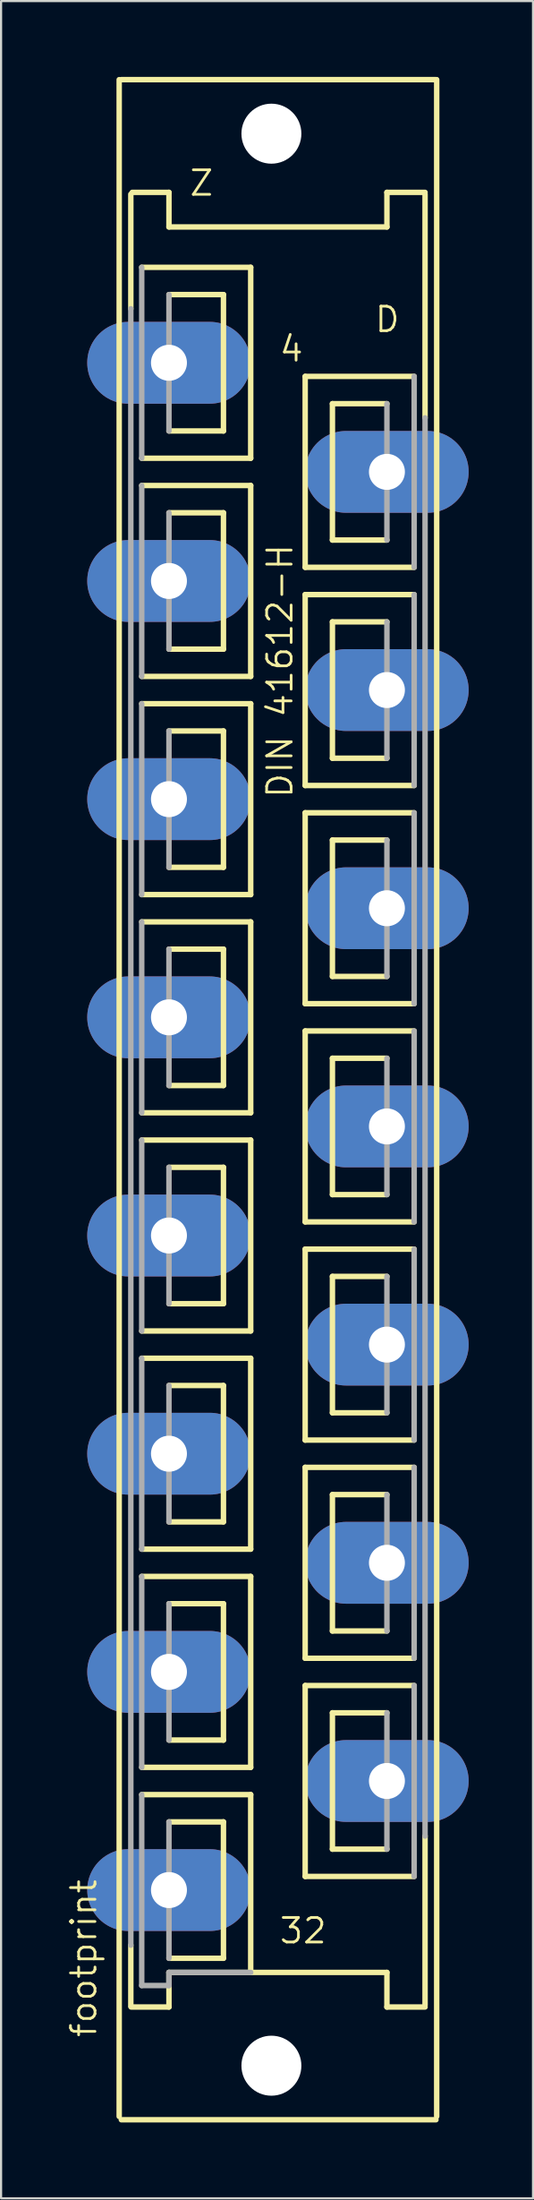
<source format=kicad_pcb>
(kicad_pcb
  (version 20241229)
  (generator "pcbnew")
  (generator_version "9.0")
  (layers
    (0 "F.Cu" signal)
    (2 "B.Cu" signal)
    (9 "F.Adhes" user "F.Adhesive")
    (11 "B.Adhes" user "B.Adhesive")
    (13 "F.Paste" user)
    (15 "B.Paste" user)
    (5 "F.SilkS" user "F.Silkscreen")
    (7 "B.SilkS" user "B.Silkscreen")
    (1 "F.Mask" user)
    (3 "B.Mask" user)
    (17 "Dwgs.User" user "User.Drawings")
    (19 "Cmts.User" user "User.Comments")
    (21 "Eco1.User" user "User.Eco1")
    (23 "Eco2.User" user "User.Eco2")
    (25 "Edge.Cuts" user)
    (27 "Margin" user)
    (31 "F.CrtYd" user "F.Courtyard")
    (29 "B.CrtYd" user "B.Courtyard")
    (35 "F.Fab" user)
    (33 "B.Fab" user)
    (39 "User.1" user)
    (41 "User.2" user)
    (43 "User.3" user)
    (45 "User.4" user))
  (footprint "footprint"
    (layer "F.Cu")
    (at 9.906 48.158)
    (property "Reference" "footprint" (at -8.382 43.739 90) (layer "F.SilkS") (effects (font (size 1.143 1.143) (thickness 0.127)) (justify left bottom)))
    (fp_line (start -7.4 47.346) (end -7.4 -47.498) (stroke (width 0.254) (type solid)) (layer "F.SilkS"))
    (fp_line (start -7.3 -47.5) (end 7.366 -47.5) (stroke (width 0.254) (type solid)) (layer "F.SilkS"))
    (fp_line (start -7.3 47.5) (end 7.366 47.5) (stroke (width 0.254) (type solid)) (layer "F.SilkS"))
    (fp_line (start -6.858 -42.164) (end -6.858 -36.83) (stroke (width 0.254) (type solid)) (layer "F.SilkS"))
    (fp_line (start -6.858 39.37) (end -6.858 42.215) (stroke (width 0.254) (type solid)) (layer "F.SilkS"))
    (fp_line (start -6.843 42.25) (end -5.08 42.25) (stroke (width 0.254) (type solid)) (layer "F.SilkS"))
    (fp_line (start -6.792 -42.25) (end -5.08 -42.25) (stroke (width 0.254) (type solid)) (layer "F.SilkS"))
    (fp_line (start -6.35 -38.76) (end -1.27 -38.76) (stroke (width 0.254) (type solid)) (layer "F.SilkS"))
    (fp_line (start -6.35 -28.6) (end -1.27 -28.6) (stroke (width 0.254) (type solid)) (layer "F.SilkS"))
    (fp_line (start -6.35 -18.44) (end -1.27 -18.44) (stroke (width 0.254) (type solid)) (layer "F.SilkS"))
    (fp_line (start -6.35 -8.28) (end -1.27 -8.28) (stroke (width 0.254) (type solid)) (layer "F.SilkS"))
    (fp_line (start -6.35 1.88) (end -1.27 1.88) (stroke (width 0.254) (type solid)) (layer "F.SilkS"))
    (fp_line (start -6.35 12.04) (end -1.27 12.04) (stroke (width 0.254) (type solid)) (layer "F.SilkS"))
    (fp_line (start -6.35 22.2) (end -1.27 22.2) (stroke (width 0.254) (type solid)) (layer "F.SilkS"))
    (fp_line (start -6.35 32.36) (end -1.27 32.36) (stroke (width 0.254) (type solid)) (layer "F.SilkS"))
    (fp_line (start -5.08 -42.25) (end -5.08 -40.64) (stroke (width 0.254) (type solid)) (layer "F.SilkS"))
    (fp_line (start -5.08 -40.64) (end 5.08 -40.64) (stroke (width 0.254) (type solid)) (layer "F.SilkS"))
    (fp_line (start -5.08 -31.14) (end -2.54 -31.14) (stroke (width 0.254) (type solid)) (layer "F.SilkS"))
    (fp_line (start -5.08 -20.98) (end -2.54 -20.98) (stroke (width 0.254) (type solid)) (layer "F.SilkS"))
    (fp_line (start -5.08 -10.82) (end -2.54 -10.82) (stroke (width 0.254) (type solid)) (layer "F.SilkS"))
    (fp_line (start -5.08 -0.66) (end -2.54 -0.66) (stroke (width 0.254) (type solid)) (layer "F.SilkS"))
    (fp_line (start -5.08 9.5) (end -2.54 9.5) (stroke (width 0.254) (type solid)) (layer "F.SilkS"))
    (fp_line (start -5.08 19.66) (end -2.54 19.66) (stroke (width 0.254) (type solid)) (layer "F.SilkS"))
    (fp_line (start -5.08 29.82) (end -2.54 29.82) (stroke (width 0.254) (type solid)) (layer "F.SilkS"))
    (fp_line (start -5.08 39.98) (end -2.54 39.98) (stroke (width 0.254) (type solid)) (layer "F.SilkS"))
    (fp_line (start -5.08 40.64) (end -1.27 40.64) (stroke (width 0.254) (type solid)) (layer "F.SilkS"))
    (fp_line (start -5.08 42.25) (end -5.08 40.64) (stroke (width 0.254) (type solid)) (layer "F.SilkS"))
    (fp_line (start -2.54 -37.49) (end -5.08 -37.49) (stroke (width 0.254) (type solid)) (layer "F.SilkS"))
    (fp_line (start -2.54 -31.14) (end -2.54 -37.49) (stroke (width 0.254) (type solid)) (layer "F.SilkS"))
    (fp_line (start -2.54 -27.33) (end -5.08 -27.33) (stroke (width 0.254) (type solid)) (layer "F.SilkS"))
    (fp_line (start -2.54 -20.98) (end -2.54 -27.33) (stroke (width 0.254) (type solid)) (layer "F.SilkS"))
    (fp_line (start -2.54 -17.17) (end -5.08 -17.17) (stroke (width 0.254) (type solid)) (layer "F.SilkS"))
    (fp_line (start -2.54 -10.82) (end -2.54 -17.17) (stroke (width 0.254) (type solid)) (layer "F.SilkS"))
    (fp_line (start -2.54 -7.01) (end -5.08 -7.01) (stroke (width 0.254) (type solid)) (layer "F.SilkS"))
    (fp_line (start -2.54 -0.66) (end -2.54 -7.01) (stroke (width 0.254) (type solid)) (layer "F.SilkS"))
    (fp_line (start -2.54 3.15) (end -5.08 3.15) (stroke (width 0.254) (type solid)) (layer "F.SilkS"))
    (fp_line (start -2.54 9.5) (end -2.54 3.15) (stroke (width 0.254) (type solid)) (layer "F.SilkS"))
    (fp_line (start -2.54 13.31) (end -5.08 13.31) (stroke (width 0.254) (type solid)) (layer "F.SilkS"))
    (fp_line (start -2.54 19.66) (end -2.54 13.31) (stroke (width 0.254) (type solid)) (layer "F.SilkS"))
    (fp_line (start -2.54 23.47) (end -5.08 23.47) (stroke (width 0.254) (type solid)) (layer "F.SilkS"))
    (fp_line (start -2.54 29.82) (end -2.54 23.47) (stroke (width 0.254) (type solid)) (layer "F.SilkS"))
    (fp_line (start -2.54 33.63) (end -5.08 33.63) (stroke (width 0.254) (type solid)) (layer "F.SilkS"))
    (fp_line (start -2.54 39.98) (end -2.54 33.63) (stroke (width 0.254) (type solid)) (layer "F.SilkS"))
    (fp_line (start -1.27 -38.76) (end -1.27 -29.87) (stroke (width 0.254) (type solid)) (layer "F.SilkS"))
    (fp_line (start -1.27 -29.87) (end -6.35 -29.87) (stroke (width 0.254) (type solid)) (layer "F.SilkS"))
    (fp_line (start -1.27 -28.6) (end -1.27 -19.71) (stroke (width 0.254) (type solid)) (layer "F.SilkS"))
    (fp_line (start -1.27 -19.71) (end -6.35 -19.71) (stroke (width 0.254) (type solid)) (layer "F.SilkS"))
    (fp_line (start -1.27 -18.44) (end -1.27 -9.55) (stroke (width 0.254) (type solid)) (layer "F.SilkS"))
    (fp_line (start -1.27 -9.55) (end -6.35 -9.55) (stroke (width 0.254) (type solid)) (layer "F.SilkS"))
    (fp_line (start -1.27 -8.28) (end -1.27 0.61) (stroke (width 0.254) (type solid)) (layer "F.SilkS"))
    (fp_line (start -1.27 0.61) (end -6.35 0.61) (stroke (width 0.254) (type solid)) (layer "F.SilkS"))
    (fp_line (start -1.27 1.88) (end -1.27 10.77) (stroke (width 0.254) (type solid)) (layer "F.SilkS"))
    (fp_line (start -1.27 10.77) (end -6.35 10.77) (stroke (width 0.254) (type solid)) (layer "F.SilkS"))
    (fp_line (start -1.27 12.04) (end -1.27 20.93) (stroke (width 0.254) (type solid)) (layer "F.SilkS"))
    (fp_line (start -1.27 20.93) (end -6.35 20.93) (stroke (width 0.254) (type solid)) (layer "F.SilkS"))
    (fp_line (start -1.27 22.2) (end -1.27 31.09) (stroke (width 0.254) (type solid)) (layer "F.SilkS"))
    (fp_line (start -1.27 31.09) (end -6.35 31.09) (stroke (width 0.254) (type solid)) (layer "F.SilkS"))
    (fp_line (start -1.27 32.36) (end -1.27 40.64) (stroke (width 0.254) (type solid)) (layer "F.SilkS"))
    (fp_line (start -1.27 40.64) (end 5.08 40.64) (stroke (width 0.254) (type solid)) (layer "F.SilkS"))
    (fp_line (start 1.27 -33.68) (end 1.27 -24.79) (stroke (width 0.254) (type solid)) (layer "F.SilkS"))
    (fp_line (start 1.27 -24.79) (end 6.35 -24.79) (stroke (width 0.254) (type solid)) (layer "F.SilkS"))
    (fp_line (start 1.27 -23.52) (end 1.27 -14.63) (stroke (width 0.254) (type solid)) (layer "F.SilkS"))
    (fp_line (start 1.27 -14.63) (end 6.35 -14.63) (stroke (width 0.254) (type solid)) (layer "F.SilkS"))
    (fp_line (start 1.27 -13.36) (end 1.27 -4.47) (stroke (width 0.254) (type solid)) (layer "F.SilkS"))
    (fp_line (start 1.27 -4.47) (end 6.35 -4.47) (stroke (width 0.254) (type solid)) (layer "F.SilkS"))
    (fp_line (start 1.27 -3.2) (end 1.27 5.69) (stroke (width 0.254) (type solid)) (layer "F.SilkS"))
    (fp_line (start 1.27 5.69) (end 6.35 5.69) (stroke (width 0.254) (type solid)) (layer "F.SilkS"))
    (fp_line (start 1.27 6.96) (end 1.27 15.85) (stroke (width 0.254) (type solid)) (layer "F.SilkS"))
    (fp_line (start 1.27 15.85) (end 6.35 15.85) (stroke (width 0.254) (type solid)) (layer "F.SilkS"))
    (fp_line (start 1.27 17.12) (end 1.27 26.01) (stroke (width 0.254) (type solid)) (layer "F.SilkS"))
    (fp_line (start 1.27 26.01) (end 6.35 26.01) (stroke (width 0.254) (type solid)) (layer "F.SilkS"))
    (fp_line (start 1.27 27.28) (end 1.27 36.17) (stroke (width 0.254) (type solid)) (layer "F.SilkS"))
    (fp_line (start 1.27 36.17) (end 6.35 36.17) (stroke (width 0.254) (type solid)) (layer "F.SilkS"))
    (fp_line (start 2.54 -32.41) (end 5.08 -32.41) (stroke (width 0.254) (type solid)) (layer "F.SilkS"))
    (fp_line (start 2.54 -26.06) (end 2.54 -32.41) (stroke (width 0.254) (type solid)) (layer "F.SilkS"))
    (fp_line (start 2.54 -22.25) (end 5.08 -22.25) (stroke (width 0.254) (type solid)) (layer "F.SilkS"))
    (fp_line (start 2.54 -15.9) (end 2.54 -22.25) (stroke (width 0.254) (type solid)) (layer "F.SilkS"))
    (fp_line (start 2.54 -12.09) (end 5.08 -12.09) (stroke (width 0.254) (type solid)) (layer "F.SilkS"))
    (fp_line (start 2.54 -5.74) (end 2.54 -12.09) (stroke (width 0.254) (type solid)) (layer "F.SilkS"))
    (fp_line (start 2.54 -1.93) (end 5.08 -1.93) (stroke (width 0.254) (type solid)) (layer "F.SilkS"))
    (fp_line (start 2.54 4.42) (end 2.54 -1.93) (stroke (width 0.254) (type solid)) (layer "F.SilkS"))
    (fp_line (start 2.54 8.23) (end 5.08 8.23) (stroke (width 0.254) (type solid)) (layer "F.SilkS"))
    (fp_line (start 2.54 14.58) (end 2.54 8.23) (stroke (width 0.254) (type solid)) (layer "F.SilkS"))
    (fp_line (start 2.54 18.39) (end 5.08 18.39) (stroke (width 0.254) (type solid)) (layer "F.SilkS"))
    (fp_line (start 2.54 24.74) (end 2.54 18.39) (stroke (width 0.254) (type solid)) (layer "F.SilkS"))
    (fp_line (start 2.54 28.55) (end 5.08 28.55) (stroke (width 0.254) (type solid)) (layer "F.SilkS"))
    (fp_line (start 2.54 34.9) (end 2.54 28.55) (stroke (width 0.254) (type solid)) (layer "F.SilkS"))
    (fp_line (start 5.08 -42.25) (end 6.858 -42.25) (stroke (width 0.254) (type solid)) (layer "F.SilkS"))
    (fp_line (start 5.08 -40.64) (end 5.08 -42.25) (stroke (width 0.254) (type solid)) (layer "F.SilkS"))
    (fp_line (start 5.08 -26.06) (end 2.54 -26.06) (stroke (width 0.254) (type solid)) (layer "F.SilkS"))
    (fp_line (start 5.08 -15.9) (end 2.54 -15.9) (stroke (width 0.254) (type solid)) (layer "F.SilkS"))
    (fp_line (start 5.08 -5.74) (end 2.54 -5.74) (stroke (width 0.254) (type solid)) (layer "F.SilkS"))
    (fp_line (start 5.08 4.42) (end 2.54 4.42) (stroke (width 0.254) (type solid)) (layer "F.SilkS"))
    (fp_line (start 5.08 14.58) (end 2.54 14.58) (stroke (width 0.254) (type solid)) (layer "F.SilkS"))
    (fp_line (start 5.08 24.74) (end 2.54 24.74) (stroke (width 0.254) (type solid)) (layer "F.SilkS"))
    (fp_line (start 5.08 34.9) (end 2.54 34.9) (stroke (width 0.254) (type solid)) (layer "F.SilkS"))
    (fp_line (start 5.08 40.64) (end 5.08 42.25) (stroke (width 0.254) (type solid)) (layer "F.SilkS"))
    (fp_line (start 5.08 42.25) (end 6.858 42.25) (stroke (width 0.254) (type solid)) (layer "F.SilkS"))
    (fp_line (start 6.35 -33.68) (end 1.27 -33.68) (stroke (width 0.254) (type solid)) (layer "F.SilkS"))
    (fp_line (start 6.35 -23.52) (end 1.27 -23.52) (stroke (width 0.254) (type solid)) (layer "F.SilkS"))
    (fp_line (start 6.35 -13.36) (end 1.27 -13.36) (stroke (width 0.254) (type solid)) (layer "F.SilkS"))
    (fp_line (start 6.35 -3.2) (end 1.27 -3.2) (stroke (width 0.254) (type solid)) (layer "F.SilkS"))
    (fp_line (start 6.35 6.96) (end 1.27 6.96) (stroke (width 0.254) (type solid)) (layer "F.SilkS"))
    (fp_line (start 6.35 17.12) (end 1.27 17.12) (stroke (width 0.254) (type solid)) (layer "F.SilkS"))
    (fp_line (start 6.35 27.28) (end 1.27 27.28) (stroke (width 0.254) (type solid)) (layer "F.SilkS"))
    (fp_line (start 6.858 -42.164) (end 6.858 -31.75) (stroke (width 0.254) (type solid)) (layer "F.SilkS"))
    (fp_line (start 6.858 34.29) (end 6.858 42.164) (stroke (width 0.254) (type solid)) (layer "F.SilkS"))
    (fp_line (start 7.4 47.346) (end 7.4 -47.498) (stroke (width 0.254) (type solid)) (layer "F.SilkS"))
    (fp_line (start -6.858 -36.83) (end -6.858 39.37) (stroke (width 0.254) (type solid)) (layer "F.Fab"))
    (fp_line (start -6.35 -29.87) (end -6.35 -38.76) (stroke (width 0.254) (type solid)) (layer "F.Fab"))
    (fp_line (start -6.35 -19.71) (end -6.35 -28.6) (stroke (width 0.254) (type solid)) (layer "F.Fab"))
    (fp_line (start -6.35 -9.55) (end -6.35 -18.44) (stroke (width 0.254) (type solid)) (layer "F.Fab"))
    (fp_line (start -6.35 0.61) (end -6.35 -8.28) (stroke (width 0.254) (type solid)) (layer "F.Fab"))
    (fp_line (start -6.35 10.77) (end -6.35 1.88) (stroke (width 0.254) (type solid)) (layer "F.Fab"))
    (fp_line (start -6.35 20.93) (end -6.35 12.04) (stroke (width 0.254) (type solid)) (layer "F.Fab"))
    (fp_line (start -6.35 31.09) (end -6.35 22.2) (stroke (width 0.254) (type solid)) (layer "F.Fab"))
    (fp_line (start -6.35 41.25) (end -6.35 32.36) (stroke (width 0.254) (type solid)) (layer "F.Fab"))
    (fp_line (start -5.08 -37.49) (end -5.08 -31.14) (stroke (width 0.254) (type solid)) (layer "F.Fab"))
    (fp_line (start -5.08 -27.33) (end -5.08 -20.98) (stroke (width 0.254) (type solid)) (layer "F.Fab"))
    (fp_line (start -5.08 -17.17) (end -5.08 -10.82) (stroke (width 0.254) (type solid)) (layer "F.Fab"))
    (fp_line (start -5.08 -7.01) (end -5.08 -0.66) (stroke (width 0.254) (type solid)) (layer "F.Fab"))
    (fp_line (start -5.08 3.15) (end -5.08 9.5) (stroke (width 0.254) (type solid)) (layer "F.Fab"))
    (fp_line (start -5.08 13.31) (end -5.08 19.66) (stroke (width 0.254) (type solid)) (layer "F.Fab"))
    (fp_line (start -5.08 23.47) (end -5.08 29.82) (stroke (width 0.254) (type solid)) (layer "F.Fab"))
    (fp_line (start -5.08 33.63) (end -5.08 39.98) (stroke (width 0.254) (type solid)) (layer "F.Fab"))
    (fp_line (start -5.08 40.64) (end -5.08 41.25) (stroke (width 0.254) (type solid)) (layer "F.Fab"))
    (fp_line (start -5.08 41.25) (end -6.35 41.25) (stroke (width 0.254) (type solid)) (layer "F.Fab"))
    (fp_line (start -1.27 40.64) (end -5.08 40.64) (stroke (width 0.254) (type solid)) (layer "F.Fab"))
    (fp_line (start 5.08 -32.41) (end 5.08 -26.06) (stroke (width 0.254) (type solid)) (layer "F.Fab"))
    (fp_line (start 5.08 -22.25) (end 5.08 -15.9) (stroke (width 0.254) (type solid)) (layer "F.Fab"))
    (fp_line (start 5.08 -12.09) (end 5.08 -5.74) (stroke (width 0.254) (type solid)) (layer "F.Fab"))
    (fp_line (start 5.08 -1.93) (end 5.08 4.42) (stroke (width 0.254) (type solid)) (layer "F.Fab"))
    (fp_line (start 5.08 8.23) (end 5.08 14.58) (stroke (width 0.254) (type solid)) (layer "F.Fab"))
    (fp_line (start 5.08 18.39) (end 5.08 24.74) (stroke (width 0.254) (type solid)) (layer "F.Fab"))
    (fp_line (start 5.08 28.55) (end 5.08 34.9) (stroke (width 0.254) (type solid)) (layer "F.Fab"))
    (fp_line (start 6.35 -24.79) (end 6.35 -33.68) (stroke (width 0.254) (type solid)) (layer "F.Fab"))
    (fp_line (start 6.35 -14.63) (end 6.35 -23.52) (stroke (width 0.254) (type solid)) (layer "F.Fab"))
    (fp_line (start 6.35 -4.47) (end 6.35 -13.36) (stroke (width 0.254) (type solid)) (layer "F.Fab"))
    (fp_line (start 6.35 5.69) (end 6.35 -3.2) (stroke (width 0.254) (type solid)) (layer "F.Fab"))
    (fp_line (start 6.35 15.85) (end 6.35 6.96) (stroke (width 0.254) (type solid)) (layer "F.Fab"))
    (fp_line (start 6.35 26.01) (end 6.35 17.12) (stroke (width 0.254) (type solid)) (layer "F.Fab"))
    (fp_line (start 6.35 36.17) (end 6.35 27.28) (stroke (width 0.254) (type solid)) (layer "F.Fab"))
    (fp_line (start 6.858 -31.75) (end 6.858 34.29) (stroke (width 0.254) (type solid)) (layer "F.Fab"))
    (fp_text user "DIN 41612-H" (at 0.762 -13.97 90) (layer "F.SilkS") (effects (font (size 1.143 1.143) (thickness 0.127)) (justify left bottom)))
    (fp_text user "4" (at 0 -34.29 0) (layer "F.SilkS") (effects (font (size 1.143 1.143) (thickness 0.127)) (justify left bottom)))
    (fp_text user "Z" (at -4.191 -42.012 0) (layer "F.SilkS") (effects (font (size 1.143 1.143) (thickness 0.127)) (justify left bottom)))
    (fp_text user "32" (at 0 39.37 0) (layer "F.SilkS") (effects (font (size 1.143 1.143) (thickness 0.127)) (justify left bottom)))
    (fp_text user "D" (at 4.445 -35.662 0) (layer "F.SilkS") (effects (font (size 1.143 1.143) (thickness 0.127)) (justify left bottom)))
    (pad "" np_thru_hole circle (at -0.305 -44.983) (size 2.794 2.794) (drill 2.794) (layers "*.Cu" "*.Mask"))
    (pad "" np_thru_hole circle (at -0.305 44.983) (size 2.794 2.794) (drill 2.794) (layers "*.Cu" "*.Mask"))
    (pad "4" thru_hole oval (at -5.08 -34.315) (size 7.62 3.81) (drill 1.676) (layers "*.Cu" "*.Mask"))
    (pad "6" thru_hole oval (at 5.08 -29.235) (size 7.62 3.81) (drill 1.676) (layers "*.Cu" "*.Mask"))
    (pad "8" thru_hole oval (at -5.08 -24.155) (size 7.62 3.81) (drill 1.676) (layers "*.Cu" "*.Mask"))
    (pad "10" thru_hole oval (at 5.08 -19.075) (size 7.62 3.81) (drill 1.676) (layers "*.Cu" "*.Mask"))
    (pad "12" thru_hole oval (at -5.08 -13.995) (size 7.62 3.81) (drill 1.676) (layers "*.Cu" "*.Mask"))
    (pad "14" thru_hole oval (at 5.08 -8.915) (size 7.62 3.81) (drill 1.676) (layers "*.Cu" "*.Mask"))
    (pad "16" thru_hole oval (at -5.08 -3.835) (size 7.62 3.81) (drill 1.676) (layers "*.Cu" "*.Mask"))
    (pad "18" thru_hole oval (at 5.08 1.245) (size 7.62 3.81) (drill 1.676) (layers "*.Cu" "*.Mask"))
    (pad "20" thru_hole oval (at -5.08 6.325) (size 7.62 3.81) (drill 1.676) (layers "*.Cu" "*.Mask"))
    (pad "22" thru_hole oval (at 5.08 11.405) (size 7.62 3.81) (drill 1.676) (layers "*.Cu" "*.Mask"))
    (pad "24" thru_hole oval (at -5.08 16.485) (size 7.62 3.81) (drill 1.676) (layers "*.Cu" "*.Mask"))
    (pad "26" thru_hole oval (at 5.08 21.565) (size 7.62 3.81) (drill 1.676) (layers "*.Cu" "*.Mask"))
    (pad "28" thru_hole oval (at -5.08 26.645) (size 7.62 3.81) (drill 1.676) (layers "*.Cu" "*.Mask"))
    (pad "30" thru_hole oval (at 5.08 31.725) (size 7.62 3.81) (drill 1.676) (layers "*.Cu" "*.Mask"))
    (pad "32" thru_hole oval (at -5.08 36.805) (size 7.62 3.81) (drill 1.676) (layers "*.Cu" "*.Mask"))
    (zone (net_name "") (layers "F.Cu" "B.Cu") (hatch edge 0.508) (connect_pads) (min_thickness 0.254) (filled_areas_thickness no) (keepout (tracks allowed) (vias not_allowed) (pads allowed) (copperpour allowed) (footprints allowed)) (placement (enabled no)) (fill) (polygon (pts (xy 12.776 3.175) (xy 12.728 2.624) (xy 12.585 2.089) (xy 12.351 1.587) (xy 12.033 1.134) (xy 11.642 0.743) (xy 11.189 0.425) (xy 10.687 0.191) (xy 10.153 0.048) (xy 9.601 0) (xy 9.05 0.048) (xy 8.515 0.191) (xy 8.014 0.425) (xy 7.56 0.743) (xy 7.169 1.134) (xy 6.852 1.587) (xy 6.618 2.089) (xy 6.474 2.624) (xy 6.426 3.175) (xy 6.474 3.726) (xy 6.618 4.261) (xy 6.852 4.763) (xy 7.169 5.216) (xy 7.56 5.607) (xy 8.014 5.925) (xy 8.515 6.159) (xy 9.05 6.302) (xy 9.601 6.35) (xy 10.153 6.302) (xy 10.687 6.159) (xy 11.189 5.925) (xy 11.642 5.607) (xy 12.033 5.216) (xy 12.351 4.763) (xy 12.585 4.261) (xy 12.728 3.726))) (polygon (pts (xy 10.998 3.175) (xy 10.977 2.932) (xy 10.914 2.697) (xy 10.811 2.477) (xy 10.671 2.277) (xy 10.499 2.105) (xy 10.3 1.965) (xy 10.079 1.862) (xy 9.844 1.799) (xy 9.601 1.778) (xy 9.359 1.799) (xy 9.123 1.862) (xy 8.903 1.965) (xy 8.703 2.105) (xy 8.531 2.277) (xy 8.391 2.477) (xy 8.288 2.697) (xy 8.225 2.932) (xy 8.204 3.175) (xy 8.225 3.418) (xy 8.288 3.653) (xy 8.391 3.873) (xy 8.531 4.073) (xy 8.703 4.245) (xy 8.903 4.385) (xy 9.123 4.488) (xy 9.359 4.551) (xy 9.601 4.572) (xy 9.844 4.551) (xy 10.079 4.488) (xy 10.3 4.385) (xy 10.499 4.245) (xy 10.671 4.073) (xy 10.811 3.873) (xy 10.914 3.653) (xy 10.977 3.418))))
    (zone (net_name "") (layers "F.Cu" "B.Cu") (hatch edge 0.508) (connect_pads) (min_thickness 0.254) (filled_areas_thickness no) (keepout (tracks allowed) (vias not_allowed) (pads allowed) (copperpour allowed) (footprints allowed)) (placement (enabled no)) (fill) (polygon (pts (xy 12.776 93.142) (xy 12.728 92.59) (xy 12.585 92.056) (xy 12.351 91.554) (xy 12.033 91.101) (xy 11.642 90.71) (xy 11.189 90.392) (xy 10.687 90.158) (xy 10.153 90.015) (xy 9.601 89.967) (xy 9.05 90.015) (xy 8.515 90.158) (xy 8.014 90.392) (xy 7.56 90.71) (xy 7.169 91.101) (xy 6.852 91.554) (xy 6.618 92.056) (xy 6.474 92.59) (xy 6.426 93.142) (xy 6.474 93.693) (xy 6.618 94.228) (xy 6.852 94.729) (xy 7.169 95.183) (xy 7.56 95.574) (xy 8.014 95.891) (xy 8.515 96.125) (xy 9.05 96.269) (xy 9.601 96.317) (xy 10.153 96.269) (xy 10.687 96.125) (xy 11.189 95.891) (xy 11.642 95.574) (xy 12.033 95.183) (xy 12.351 94.729) (xy 12.585 94.228) (xy 12.728 93.693))) (polygon (pts (xy 10.998 93.142) (xy 10.977 92.899) (xy 10.914 92.664) (xy 10.811 92.443) (xy 10.671 92.244) (xy 10.499 92.072) (xy 10.3 91.932) (xy 10.079 91.829) (xy 9.844 91.766) (xy 9.601 91.745) (xy 9.359 91.766) (xy 9.123 91.829) (xy 8.903 91.932) (xy 8.703 92.072) (xy 8.531 92.244) (xy 8.391 92.443) (xy 8.288 92.664) (xy 8.225 92.899) (xy 8.204 93.142) (xy 8.225 93.384) (xy 8.288 93.62) (xy 8.391 93.84) (xy 8.531 94.04) (xy 8.703 94.212) (xy 8.903 94.352) (xy 9.123 94.455) (xy 9.359 94.518) (xy 9.601 94.539) (xy 9.844 94.518) (xy 10.079 94.455) (xy 10.3 94.352) (xy 10.499 94.212) (xy 10.671 94.04) (xy 10.811 93.84) (xy 10.914 93.62) (xy 10.977 93.384))))
    (zone (net_name "") (layer "B.Cu") (hatch edge 0.508) (connect_pads) (min_thickness 0.254) (filled_areas_thickness no) (keepout (tracks not_allowed) (vias not_allowed) (pads not_allowed) (copperpour not_allowed) (footprints allowed)) (placement (enabled no)) (fill) (polygon (pts (xy 12.776 3.175) (xy 12.728 2.624) (xy 12.585 2.089) (xy 12.351 1.587) (xy 12.033 1.134) (xy 11.642 0.743) (xy 11.189 0.425) (xy 10.687 0.191) (xy 10.153 0.048) (xy 9.601 0) (xy 9.05 0.048) (xy 8.515 0.191) (xy 8.014 0.425) (xy 7.56 0.743) (xy 7.169 1.134) (xy 6.852 1.587) (xy 6.618 2.089) (xy 6.474 2.624) (xy 6.426 3.175) (xy 6.474 3.726) (xy 6.618 4.261) (xy 6.852 4.763) (xy 7.169 5.216) (xy 7.56 5.607) (xy 8.014 5.925) (xy 8.515 6.159) (xy 9.05 6.302) (xy 9.601 6.35) (xy 10.153 6.302) (xy 10.687 6.159) (xy 11.189 5.925) (xy 11.642 5.607) (xy 12.033 5.216) (xy 12.351 4.763) (xy 12.585 4.261) (xy 12.728 3.726))) (polygon (pts (xy 10.998 3.175) (xy 10.977 2.932) (xy 10.914 2.697) (xy 10.811 2.477) (xy 10.671 2.277) (xy 10.499 2.105) (xy 10.3 1.965) (xy 10.079 1.862) (xy 9.844 1.799) (xy 9.601 1.778) (xy 9.359 1.799) (xy 9.123 1.862) (xy 8.903 1.965) (xy 8.703 2.105) (xy 8.531 2.277) (xy 8.391 2.477) (xy 8.288 2.697) (xy 8.225 2.932) (xy 8.204 3.175) (xy 8.225 3.418) (xy 8.288 3.653) (xy 8.391 3.873) (xy 8.531 4.073) (xy 8.703 4.245) (xy 8.903 4.385) (xy 9.123 4.488) (xy 9.359 4.551) (xy 9.601 4.572) (xy 9.844 4.551) (xy 10.079 4.488) (xy 10.3 4.385) (xy 10.499 4.245) (xy 10.671 4.073) (xy 10.811 3.873) (xy 10.914 3.653) (xy 10.977 3.418))))
    (zone (net_name "") (layer "B.Cu") (hatch edge 0.508) (connect_pads) (min_thickness 0.254) (filled_areas_thickness no) (keepout (tracks not_allowed) (vias not_allowed) (pads not_allowed) (copperpour not_allowed) (footprints allowed)) (placement (enabled no)) (fill) (polygon (pts (xy 12.776 93.142) (xy 12.728 92.59) (xy 12.585 92.056) (xy 12.351 91.554) (xy 12.033 91.101) (xy 11.642 90.71) (xy 11.189 90.392) (xy 10.687 90.158) (xy 10.153 90.015) (xy 9.601 89.967) (xy 9.05 90.015) (xy 8.515 90.158) (xy 8.014 90.392) (xy 7.56 90.71) (xy 7.169 91.101) (xy 6.852 91.554) (xy 6.618 92.056) (xy 6.474 92.59) (xy 6.426 93.142) (xy 6.474 93.693) (xy 6.618 94.228) (xy 6.852 94.729) (xy 7.169 95.183) (xy 7.56 95.574) (xy 8.014 95.891) (xy 8.515 96.125) (xy 9.05 96.269) (xy 9.601 96.317) (xy 10.153 96.269) (xy 10.687 96.125) (xy 11.189 95.891) (xy 11.642 95.574) (xy 12.033 95.183) (xy 12.351 94.729) (xy 12.585 94.228) (xy 12.728 93.693))) (polygon (pts (xy 10.998 93.142) (xy 10.977 92.899) (xy 10.914 92.664) (xy 10.811 92.443) (xy 10.671 92.244) (xy 10.499 92.072) (xy 10.3 91.932) (xy 10.079 91.829) (xy 9.844 91.766) (xy 9.601 91.745) (xy 9.359 91.766) (xy 9.123 91.829) (xy 8.903 91.932) (xy 8.703 92.072) (xy 8.531 92.244) (xy 8.391 92.443) (xy 8.288 92.664) (xy 8.225 92.899) (xy 8.204 93.142) (xy 8.225 93.384) (xy 8.288 93.62) (xy 8.391 93.84) (xy 8.531 94.04) (xy 8.703 94.212) (xy 8.903 94.352) (xy 9.123 94.455) (xy 9.359 94.518) (xy 9.601 94.539) (xy 9.844 94.518) (xy 10.079 94.455) (xy 10.3 94.352) (xy 10.499 94.212) (xy 10.671 94.04) (xy 10.811 93.84) (xy 10.914 93.62) (xy 10.977 93.384)))))
  (gr_rect
    (start -3 -3)
    (end 21.796 99.317)
    (stroke (width 0.1) (type default))
    (fill no)
    (layer "Edge.Cuts")))
</source>
